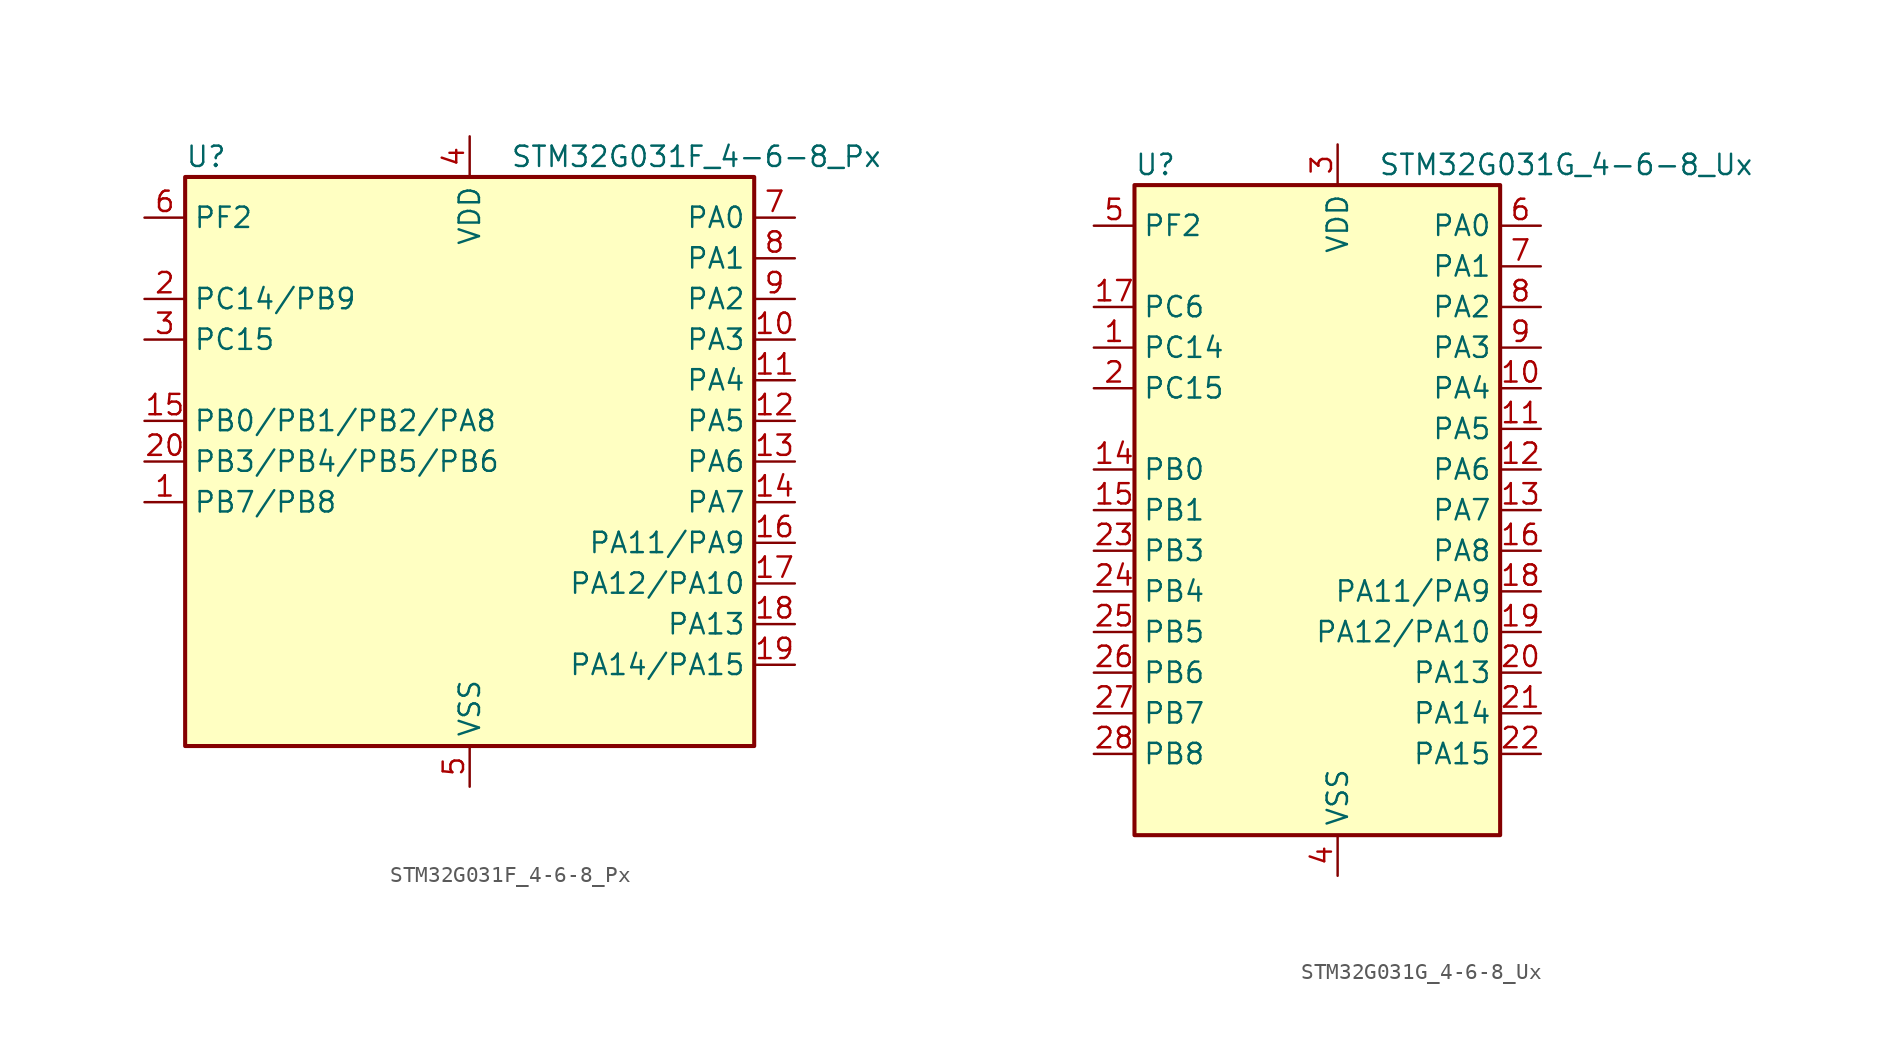
<source format=kicad_sym>
(kicad_symbol_lib
  (version 20231120)
  (generator "kicad_symbol_editor")
  (generator_version "8.0")
  (symbol "STM32G031F_4-6-8_Px"
    (property "Reference" "U"
      (at -17.78 19.05 0)
      (effects (font (size 1.27 1.27)) (justify left)))
    (property "Value" "STM32G031F_4-6-8_Px"
      (at 2.54 19.05 0)
      (effects (font (size 1.27 1.27)) (justify left)))
    (property "ki_locked" ""
      (at 0 0 0)
      (effects (font (size 1.27 1.27))))
    (symbol "STM32G031F_4-6-8_Px_0_1"
      (rectangle (start -17.78 -17.78) (end 17.78 17.78) (stroke (width 0.254) (type default)) (fill (type background))))
    (symbol "STM32G031F_4-6-8_Px_1_1"
      (pin bidirectional line (at -20.32 -2.54 0) (length 2.54) (name "PB7/PB8" (effects (font (size 1.27 1.27)))) (number "1" (effects (font (size 1.27 1.27)))) (alternate "ADC1_IN11" bidirectional line) (alternate "I2C1_SDA" bidirectional line) (alternate "LPTIM1_IN2" bidirectional line) (alternate "SPI2_MOSI" bidirectional line) (alternate "SYS_PVD_IN" bidirectional line) (alternate "TIM17_CH1N" bidirectional line) (alternate "USART1_RX" bidirectional line))
      (pin bidirectional line (at 20.32 7.62 180) (length 2.54) (name "PA3" (effects (font (size 1.27 1.27)))) (number "10" (effects (font (size 1.27 1.27)))) (alternate "ADC1_IN3" bidirectional line) (alternate "LPUART1_RX" bidirectional line) (alternate "SPI2_MISO" bidirectional line) (alternate "TIM2_CH4" bidirectional line) (alternate "USART2_RX" bidirectional line))
      (pin bidirectional line (at 20.32 5.08 180) (length 2.54) (name "PA4" (effects (font (size 1.27 1.27)))) (number "11" (effects (font (size 1.27 1.27)))) (alternate "ADC1_IN4" bidirectional line) (alternate "I2S1_WS" bidirectional line) (alternate "LPTIM2_OUT" bidirectional line) (alternate "RTC_OUT_ALARM" bidirectional line) (alternate "RTC_OUT_CALIB" bidirectional line) (alternate "RTC_TAMP_IN1" bidirectional line) (alternate "RTC_TS" bidirectional line) (alternate "SPI1_NSS" bidirectional line) (alternate "SPI2_MOSI" bidirectional line) (alternate "SYS_WKUP2" bidirectional line) (alternate "TIM14_CH1" bidirectional line))
      (pin bidirectional line (at 20.32 2.54 180) (length 2.54) (name "PA5" (effects (font (size 1.27 1.27)))) (number "12" (effects (font (size 1.27 1.27)))) (alternate "ADC1_IN5" bidirectional line) (alternate "I2S1_CK" bidirectional line) (alternate "LPTIM2_ETR" bidirectional line) (alternate "SPI1_SCK" bidirectional line) (alternate "TIM2_CH1" bidirectional line) (alternate "TIM2_ETR" bidirectional line))
      (pin bidirectional line (at 20.32 0 180) (length 2.54) (name "PA6" (effects (font (size 1.27 1.27)))) (number "13" (effects (font (size 1.27 1.27)))) (alternate "ADC1_IN6" bidirectional line) (alternate "I2S1_MCK" bidirectional line) (alternate "LPUART1_CTS" bidirectional line) (alternate "SPI1_MISO" bidirectional line) (alternate "TIM16_CH1" bidirectional line) (alternate "TIM1_BK" bidirectional line) (alternate "TIM3_CH1" bidirectional line))
      (pin bidirectional line (at 20.32 -2.54 180) (length 2.54) (name "PA7" (effects (font (size 1.27 1.27)))) (number "14" (effects (font (size 1.27 1.27)))) (alternate "ADC1_IN7" bidirectional line) (alternate "I2S1_SD" bidirectional line) (alternate "SPI1_MOSI" bidirectional line) (alternate "TIM14_CH1" bidirectional line) (alternate "TIM17_CH1" bidirectional line) (alternate "TIM1_CH1N" bidirectional line) (alternate "TIM3_CH2" bidirectional line))
      (pin bidirectional line (at -20.32 2.54 0) (length 2.54) (name "PB0/PB1/PB2/PA8" (effects (font (size 1.27 1.27)))) (number "15" (effects (font (size 1.27 1.27)))) (alternate "ADC1_IN8" bidirectional line) (alternate "I2S1_WS" bidirectional line) (alternate "LPTIM1_OUT" bidirectional line) (alternate "SPI1_NSS" bidirectional line) (alternate "TIM1_CH2N" bidirectional line) (alternate "TIM3_CH3" bidirectional line))
      (pin bidirectional line (at 20.32 -5.08 180) (length 2.54) (name "PA11/PA9" (effects (font (size 1.27 1.27)))) (number "16" (effects (font (size 1.27 1.27)))) (alternate "ADC1_EXTI11" bidirectional line) (alternate "ADC1_IN15" bidirectional line) (alternate "I2C2_SCL" bidirectional line) (alternate "I2S1_MCK" bidirectional line) (alternate "SPI1_MISO" bidirectional line) (alternate "TIM1_BK2" bidirectional line) (alternate "TIM1_CH4" bidirectional line) (alternate "USART1_CTS" bidirectional line) (alternate "USART1_NSS" bidirectional line))
      (pin bidirectional line (at 20.32 -7.62 180) (length 2.54) (name "PA12/PA10" (effects (font (size 1.27 1.27)))) (number "17" (effects (font (size 1.27 1.27)))) (alternate "ADC1_IN16" bidirectional line) (alternate "I2C2_SDA" bidirectional line) (alternate "I2S1_SD" bidirectional line) (alternate "I2S_CKIN" bidirectional line) (alternate "SPI1_MOSI" bidirectional line) (alternate "TIM1_ETR" bidirectional line) (alternate "USART1_CK" bidirectional line) (alternate "USART1_DE" bidirectional line) (alternate "USART1_RTS" bidirectional line))
      (pin bidirectional line (at 20.32 -10.16 180) (length 2.54) (name "PA13" (effects (font (size 1.27 1.27)))) (number "18" (effects (font (size 1.27 1.27)))) (alternate "ADC1_IN17" bidirectional line) (alternate "IR_OUT" bidirectional line) (alternate "SYS_SWDIO" bidirectional line))
      (pin bidirectional line (at 20.32 -12.7 180) (length 2.54) (name "PA14/PA15" (effects (font (size 1.27 1.27)))) (number "19" (effects (font (size 1.27 1.27)))) (alternate "ADC1_IN18" bidirectional line) (alternate "SYS_SWCLK" bidirectional line) (alternate "USART2_TX" bidirectional line))
      (pin bidirectional line (at -20.32 10.16 0) (length 2.54) (name "PC14/PB9" (effects (font (size 1.27 1.27)))) (number "2" (effects (font (size 1.27 1.27)))) (alternate "RCC_OSC32_IN" bidirectional line) (alternate "RCC_OSC_IN" bidirectional line) (alternate "TIM1_BK2" bidirectional line))
      (pin bidirectional line (at -20.32 0 0) (length 2.54) (name "PB3/PB4/PB5/PB6" (effects (font (size 1.27 1.27)))) (number "20" (effects (font (size 1.27 1.27)))) (alternate "I2S1_CK" bidirectional line) (alternate "SPI1_SCK" bidirectional line) (alternate "TIM1_CH2" bidirectional line) (alternate "TIM2_CH2" bidirectional line) (alternate "USART1_CK" bidirectional line) (alternate "USART1_DE" bidirectional line) (alternate "USART1_RTS" bidirectional line))
      (pin bidirectional line (at -20.32 7.62 0) (length 2.54) (name "PC15" (effects (font (size 1.27 1.27)))) (number "3" (effects (font (size 1.27 1.27)))) (alternate "RCC_OSC32_EN" bidirectional line) (alternate "RCC_OSC32_OUT" bidirectional line) (alternate "RCC_OSC_EN" bidirectional line))
      (pin power_in line (at 0 20.32 270) (length 2.54) (name "VDD" (effects (font (size 1.27 1.27)))) (number "4" (effects (font (size 1.27 1.27)))))
      (pin power_in line (at 0 -20.32 90) (length 2.54) (name "VSS" (effects (font (size 1.27 1.27)))) (number "5" (effects (font (size 1.27 1.27)))))
      (pin bidirectional line (at -20.32 15.24 0) (length 2.54) (name "PF2" (effects (font (size 1.27 1.27)))) (number "6" (effects (font (size 1.27 1.27)))) (alternate "RCC_MCO" bidirectional line))
      (pin bidirectional line (at 20.32 15.24 180) (length 2.54) (name "PA0" (effects (font (size 1.27 1.27)))) (number "7" (effects (font (size 1.27 1.27)))) (alternate "ADC1_IN0" bidirectional line) (alternate "LPTIM1_OUT" bidirectional line) (alternate "RTC_TAMP_IN2" bidirectional line) (alternate "SPI2_SCK" bidirectional line) (alternate "SYS_WKUP1" bidirectional line) (alternate "TIM2_CH1" bidirectional line) (alternate "TIM2_ETR" bidirectional line) (alternate "USART2_CTS" bidirectional line) (alternate "USART2_NSS" bidirectional line))
      (pin bidirectional line (at 20.32 12.7 180) (length 2.54) (name "PA1" (effects (font (size 1.27 1.27)))) (number "8" (effects (font (size 1.27 1.27)))) (alternate "ADC1_IN1" bidirectional line) (alternate "I2C1_SMBA" bidirectional line) (alternate "I2S1_CK" bidirectional line) (alternate "SPI1_SCK" bidirectional line) (alternate "TIM2_CH2" bidirectional line) (alternate "USART2_CK" bidirectional line) (alternate "USART2_DE" bidirectional line) (alternate "USART2_RTS" bidirectional line))
      (pin bidirectional line (at 20.32 10.16 180) (length 2.54) (name "PA2" (effects (font (size 1.27 1.27)))) (number "9" (effects (font (size 1.27 1.27)))) (alternate "ADC1_IN2" bidirectional line) (alternate "I2S1_SD" bidirectional line) (alternate "LPUART1_TX" bidirectional line) (alternate "RCC_LSCO" bidirectional line) (alternate "SPI1_MOSI" bidirectional line) (alternate "SYS_WKUP4" bidirectional line) (alternate "TIM2_CH3" bidirectional line) (alternate "USART2_TX" bidirectional line))))
  (symbol "STM32G031G_4-6-8_Ux"
    (property "Reference" "U"
      (at -10.16 21.59 0)
      (effects (font (size 1.27 1.27)) (justify left)))
    (property "Value" "STM32G031G_4-6-8_Ux"
      (at 5.08 21.59 0)
      (effects (font (size 1.27 1.27)) (justify left)))
    (property "ki_locked" ""
      (at 0 0 0)
      (effects (font (size 1.27 1.27))))
    (symbol "STM32G031G_4-6-8_Ux_0_1"
      (rectangle (start -10.16 -20.32) (end 12.7 20.32) (stroke (width 0.254) (type default)) (fill (type background))))
    (symbol "STM32G031G_4-6-8_Ux_1_1"
      (pin bidirectional line (at -12.7 10.16 0) (length 2.54) (name "PC14" (effects (font (size 1.27 1.27)))) (number "1" (effects (font (size 1.27 1.27)))) (alternate "RCC_OSC32_IN" bidirectional line) (alternate "RCC_OSC_IN" bidirectional line) (alternate "TIM1_BK2" bidirectional line))
      (pin bidirectional line (at 15.24 7.62 180) (length 2.54) (name "PA4" (effects (font (size 1.27 1.27)))) (number "10" (effects (font (size 1.27 1.27)))) (alternate "ADC1_IN4" bidirectional line) (alternate "I2S1_WS" bidirectional line) (alternate "LPTIM2_OUT" bidirectional line) (alternate "RTC_OUT_ALARM" bidirectional line) (alternate "RTC_OUT_CALIB" bidirectional line) (alternate "RTC_TAMP_IN1" bidirectional line) (alternate "RTC_TS" bidirectional line) (alternate "SPI1_NSS" bidirectional line) (alternate "SPI2_MOSI" bidirectional line) (alternate "SYS_WKUP2" bidirectional line) (alternate "TIM14_CH1" bidirectional line))
      (pin bidirectional line (at 15.24 5.08 180) (length 2.54) (name "PA5" (effects (font (size 1.27 1.27)))) (number "11" (effects (font (size 1.27 1.27)))) (alternate "ADC1_IN5" bidirectional line) (alternate "I2S1_CK" bidirectional line) (alternate "LPTIM2_ETR" bidirectional line) (alternate "SPI1_SCK" bidirectional line) (alternate "TIM2_CH1" bidirectional line) (alternate "TIM2_ETR" bidirectional line))
      (pin bidirectional line (at 15.24 2.54 180) (length 2.54) (name "PA6" (effects (font (size 1.27 1.27)))) (number "12" (effects (font (size 1.27 1.27)))) (alternate "ADC1_IN6" bidirectional line) (alternate "I2S1_MCK" bidirectional line) (alternate "LPUART1_CTS" bidirectional line) (alternate "SPI1_MISO" bidirectional line) (alternate "TIM16_CH1" bidirectional line) (alternate "TIM1_BK" bidirectional line) (alternate "TIM3_CH1" bidirectional line))
      (pin bidirectional line (at 15.24 0 180) (length 2.54) (name "PA7" (effects (font (size 1.27 1.27)))) (number "13" (effects (font (size 1.27 1.27)))) (alternate "ADC1_IN7" bidirectional line) (alternate "I2S1_SD" bidirectional line) (alternate "SPI1_MOSI" bidirectional line) (alternate "TIM14_CH1" bidirectional line) (alternate "TIM17_CH1" bidirectional line) (alternate "TIM1_CH1N" bidirectional line) (alternate "TIM3_CH2" bidirectional line))
      (pin bidirectional line (at -12.7 2.54 0) (length 2.54) (name "PB0" (effects (font (size 1.27 1.27)))) (number "14" (effects (font (size 1.27 1.27)))) (alternate "ADC1_IN8" bidirectional line) (alternate "I2S1_WS" bidirectional line) (alternate "LPTIM1_OUT" bidirectional line) (alternate "SPI1_NSS" bidirectional line) (alternate "TIM1_CH2N" bidirectional line) (alternate "TIM3_CH3" bidirectional line))
      (pin bidirectional line (at -12.7 0 0) (length 2.54) (name "PB1" (effects (font (size 1.27 1.27)))) (number "15" (effects (font (size 1.27 1.27)))) (alternate "ADC1_IN9" bidirectional line) (alternate "LPTIM2_IN1" bidirectional line) (alternate "LPUART1_DE" bidirectional line) (alternate "LPUART1_RTS" bidirectional line) (alternate "TIM14_CH1" bidirectional line) (alternate "TIM1_CH3N" bidirectional line) (alternate "TIM3_CH4" bidirectional line))
      (pin bidirectional line (at 15.24 -2.54 180) (length 2.54) (name "PA8" (effects (font (size 1.27 1.27)))) (number "16" (effects (font (size 1.27 1.27)))) (alternate "LPTIM2_OUT" bidirectional line) (alternate "RCC_MCO" bidirectional line) (alternate "SPI2_NSS" bidirectional line) (alternate "TIM1_CH1" bidirectional line))
      (pin bidirectional line (at -12.7 12.7 0) (length 2.54) (name "PC6" (effects (font (size 1.27 1.27)))) (number "17" (effects (font (size 1.27 1.27)))) (alternate "TIM2_CH3" bidirectional line) (alternate "TIM3_CH1" bidirectional line))
      (pin bidirectional line (at 15.24 -5.08 180) (length 2.54) (name "PA11/PA9" (effects (font (size 1.27 1.27)))) (number "18" (effects (font (size 1.27 1.27)))) (alternate "ADC1_EXTI11" bidirectional line) (alternate "ADC1_IN15" bidirectional line) (alternate "I2C2_SCL" bidirectional line) (alternate "I2S1_MCK" bidirectional line) (alternate "SPI1_MISO" bidirectional line) (alternate "TIM1_BK2" bidirectional line) (alternate "TIM1_CH4" bidirectional line) (alternate "USART1_CTS" bidirectional line) (alternate "USART1_NSS" bidirectional line))
      (pin bidirectional line (at 15.24 -7.62 180) (length 2.54) (name "PA12/PA10" (effects (font (size 1.27 1.27)))) (number "19" (effects (font (size 1.27 1.27)))) (alternate "ADC1_IN16" bidirectional line) (alternate "I2C2_SDA" bidirectional line) (alternate "I2S1_SD" bidirectional line) (alternate "I2S_CKIN" bidirectional line) (alternate "SPI1_MOSI" bidirectional line) (alternate "TIM1_ETR" bidirectional line) (alternate "USART1_CK" bidirectional line) (alternate "USART1_DE" bidirectional line) (alternate "USART1_RTS" bidirectional line))
      (pin bidirectional line (at -12.7 7.62 0) (length 2.54) (name "PC15" (effects (font (size 1.27 1.27)))) (number "2" (effects (font (size 1.27 1.27)))) (alternate "RCC_OSC32_EN" bidirectional line) (alternate "RCC_OSC32_OUT" bidirectional line) (alternate "RCC_OSC_EN" bidirectional line))
      (pin bidirectional line (at 15.24 -10.16 180) (length 2.54) (name "PA13" (effects (font (size 1.27 1.27)))) (number "20" (effects (font (size 1.27 1.27)))) (alternate "ADC1_IN17" bidirectional line) (alternate "IR_OUT" bidirectional line) (alternate "SYS_SWDIO" bidirectional line))
      (pin bidirectional line (at 15.24 -12.7 180) (length 2.54) (name "PA14" (effects (font (size 1.27 1.27)))) (number "21" (effects (font (size 1.27 1.27)))) (alternate "ADC1_IN18" bidirectional line) (alternate "SYS_SWCLK" bidirectional line) (alternate "USART2_TX" bidirectional line))
      (pin bidirectional line (at 15.24 -15.24 180) (length 2.54) (name "PA15" (effects (font (size 1.27 1.27)))) (number "22" (effects (font (size 1.27 1.27)))) (alternate "I2S1_WS" bidirectional line) (alternate "SPI1_NSS" bidirectional line) (alternate "TIM2_CH1" bidirectional line) (alternate "TIM2_ETR" bidirectional line) (alternate "USART2_RX" bidirectional line))
      (pin bidirectional line (at -12.7 -2.54 0) (length 2.54) (name "PB3" (effects (font (size 1.27 1.27)))) (number "23" (effects (font (size 1.27 1.27)))) (alternate "I2S1_CK" bidirectional line) (alternate "SPI1_SCK" bidirectional line) (alternate "TIM1_CH2" bidirectional line) (alternate "TIM2_CH2" bidirectional line) (alternate "USART1_CK" bidirectional line) (alternate "USART1_DE" bidirectional line) (alternate "USART1_RTS" bidirectional line))
      (pin bidirectional line (at -12.7 -5.08 0) (length 2.54) (name "PB4" (effects (font (size 1.27 1.27)))) (number "24" (effects (font (size 1.27 1.27)))) (alternate "I2S1_MCK" bidirectional line) (alternate "SPI1_MISO" bidirectional line) (alternate "TIM17_BK" bidirectional line) (alternate "TIM3_CH1" bidirectional line) (alternate "USART1_CTS" bidirectional line) (alternate "USART1_NSS" bidirectional line))
      (pin bidirectional line (at -12.7 -7.62 0) (length 2.54) (name "PB5" (effects (font (size 1.27 1.27)))) (number "25" (effects (font (size 1.27 1.27)))) (alternate "I2C1_SMBA" bidirectional line) (alternate "I2S1_SD" bidirectional line) (alternate "LPTIM1_IN1" bidirectional line) (alternate "SPI1_MOSI" bidirectional line) (alternate "SYS_WKUP6" bidirectional line) (alternate "TIM16_BK" bidirectional line) (alternate "TIM3_CH2" bidirectional line))
      (pin bidirectional line (at -12.7 -10.16 0) (length 2.54) (name "PB6" (effects (font (size 1.27 1.27)))) (number "26" (effects (font (size 1.27 1.27)))) (alternate "I2C1_SCL" bidirectional line) (alternate "LPTIM1_ETR" bidirectional line) (alternate "SPI2_MISO" bidirectional line) (alternate "TIM16_CH1N" bidirectional line) (alternate "TIM1_CH3" bidirectional line) (alternate "USART1_TX" bidirectional line))
      (pin bidirectional line (at -12.7 -12.7 0) (length 2.54) (name "PB7" (effects (font (size 1.27 1.27)))) (number "27" (effects (font (size 1.27 1.27)))) (alternate "ADC1_IN11" bidirectional line) (alternate "I2C1_SDA" bidirectional line) (alternate "LPTIM1_IN2" bidirectional line) (alternate "SPI2_MOSI" bidirectional line) (alternate "SYS_PVD_IN" bidirectional line) (alternate "TIM17_CH1N" bidirectional line) (alternate "USART1_RX" bidirectional line))
      (pin bidirectional line (at -12.7 -15.24 0) (length 2.54) (name "PB8" (effects (font (size 1.27 1.27)))) (number "28" (effects (font (size 1.27 1.27)))) (alternate "I2C1_SCL" bidirectional line) (alternate "SPI2_SCK" bidirectional line) (alternate "TIM16_CH1" bidirectional line))
      (pin power_in line (at 2.54 22.86 270) (length 2.54) (name "VDD" (effects (font (size 1.27 1.27)))) (number "3" (effects (font (size 1.27 1.27)))))
      (pin power_in line (at 2.54 -22.86 90) (length 2.54) (name "VSS" (effects (font (size 1.27 1.27)))) (number "4" (effects (font (size 1.27 1.27)))))
      (pin bidirectional line (at -12.7 17.78 0) (length 2.54) (name "PF2" (effects (font (size 1.27 1.27)))) (number "5" (effects (font (size 1.27 1.27)))) (alternate "RCC_MCO" bidirectional line))
      (pin bidirectional line (at 15.24 17.78 180) (length 2.54) (name "PA0" (effects (font (size 1.27 1.27)))) (number "6" (effects (font (size 1.27 1.27)))) (alternate "ADC1_IN0" bidirectional line) (alternate "LPTIM1_OUT" bidirectional line) (alternate "RTC_TAMP_IN2" bidirectional line) (alternate "SPI2_SCK" bidirectional line) (alternate "SYS_WKUP1" bidirectional line) (alternate "TIM2_CH1" bidirectional line) (alternate "TIM2_ETR" bidirectional line) (alternate "USART2_CTS" bidirectional line) (alternate "USART2_NSS" bidirectional line))
      (pin bidirectional line (at 15.24 15.24 180) (length 2.54) (name "PA1" (effects (font (size 1.27 1.27)))) (number "7" (effects (font (size 1.27 1.27)))) (alternate "ADC1_IN1" bidirectional line) (alternate "I2C1_SMBA" bidirectional line) (alternate "I2S1_CK" bidirectional line) (alternate "SPI1_SCK" bidirectional line) (alternate "TIM2_CH2" bidirectional line) (alternate "USART2_CK" bidirectional line) (alternate "USART2_DE" bidirectional line) (alternate "USART2_RTS" bidirectional line))
      (pin bidirectional line (at 15.24 12.7 180) (length 2.54) (name "PA2" (effects (font (size 1.27 1.27)))) (number "8" (effects (font (size 1.27 1.27)))) (alternate "ADC1_IN2" bidirectional line) (alternate "I2S1_SD" bidirectional line) (alternate "LPUART1_TX" bidirectional line) (alternate "RCC_LSCO" bidirectional line) (alternate "SPI1_MOSI" bidirectional line) (alternate "SYS_WKUP4" bidirectional line) (alternate "TIM2_CH3" bidirectional line) (alternate "USART2_TX" bidirectional line))
      (pin bidirectional line (at 15.24 10.16 180) (length 2.54) (name "PA3" (effects (font (size 1.27 1.27)))) (number "9" (effects (font (size 1.27 1.27)))) (alternate "ADC1_IN3" bidirectional line) (alternate "LPUART1_RX" bidirectional line) (alternate "SPI2_MISO" bidirectional line) (alternate "TIM2_CH4" bidirectional line) (alternate "USART2_RX" bidirectional line)))))
</source>
